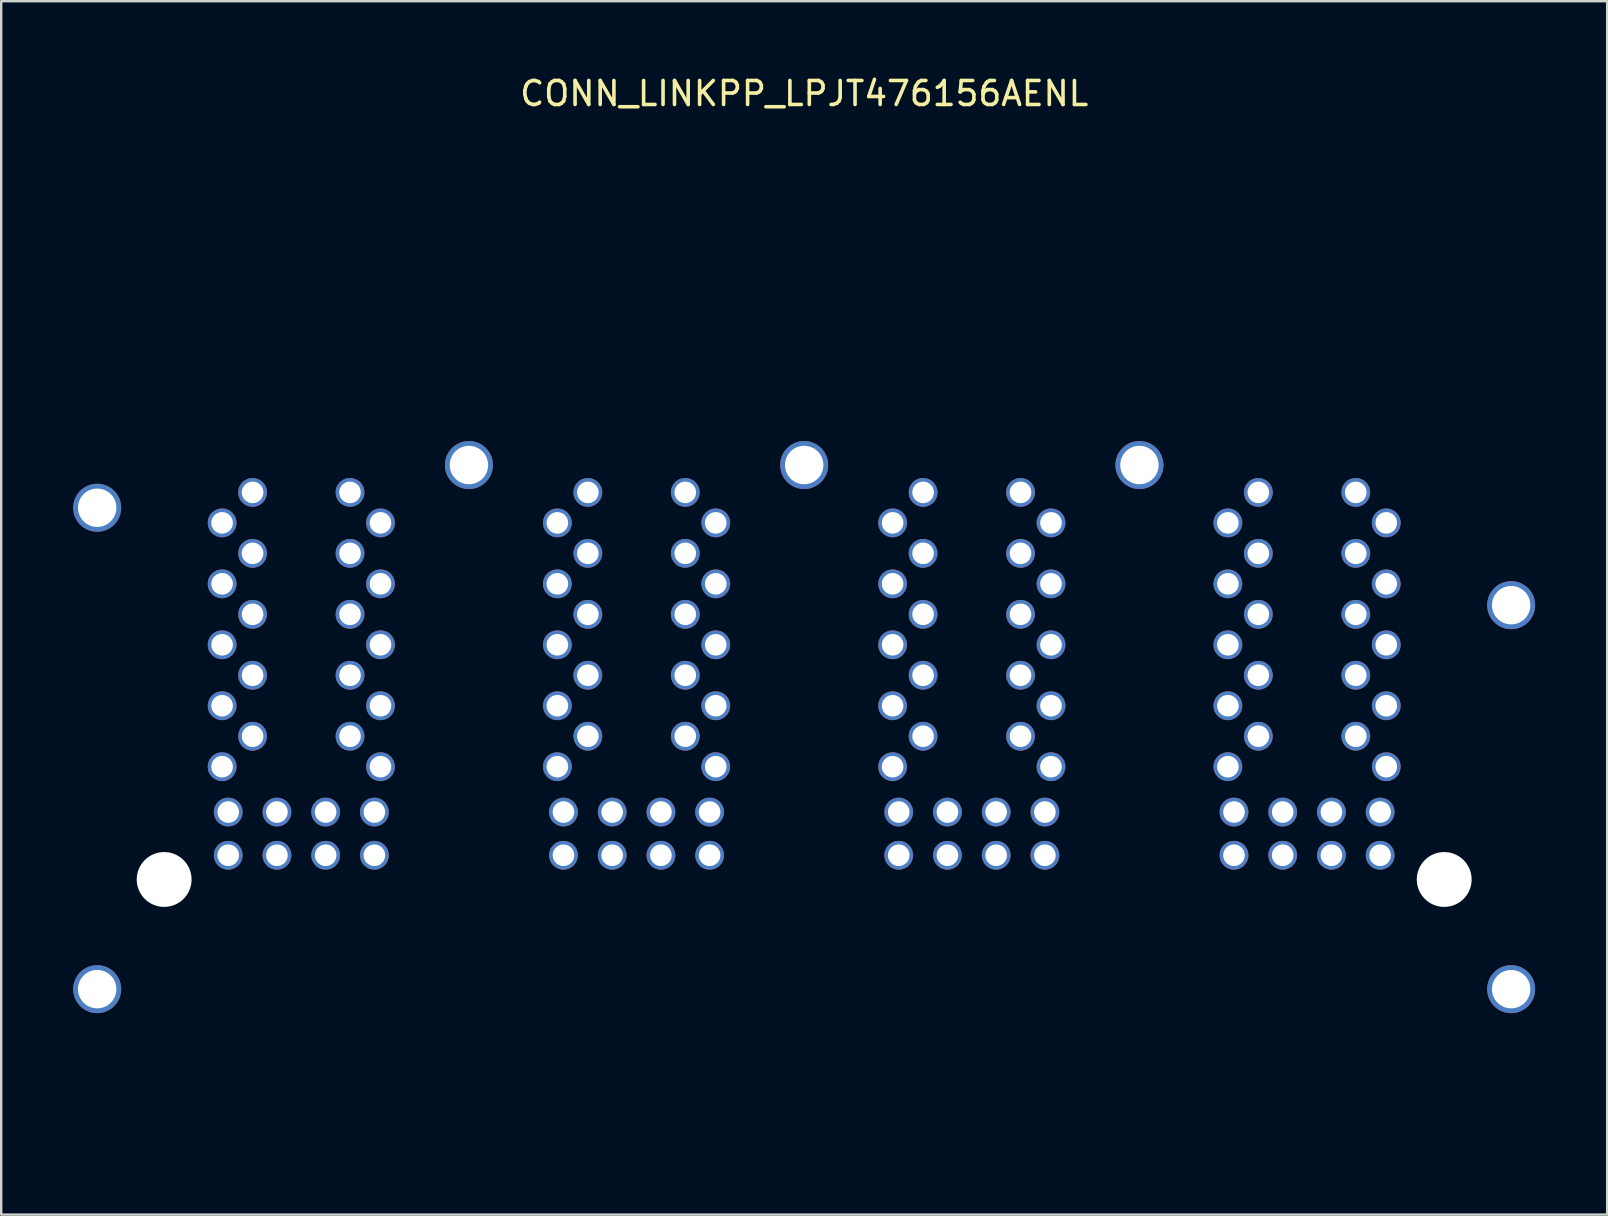
<source format=kicad_pcb>
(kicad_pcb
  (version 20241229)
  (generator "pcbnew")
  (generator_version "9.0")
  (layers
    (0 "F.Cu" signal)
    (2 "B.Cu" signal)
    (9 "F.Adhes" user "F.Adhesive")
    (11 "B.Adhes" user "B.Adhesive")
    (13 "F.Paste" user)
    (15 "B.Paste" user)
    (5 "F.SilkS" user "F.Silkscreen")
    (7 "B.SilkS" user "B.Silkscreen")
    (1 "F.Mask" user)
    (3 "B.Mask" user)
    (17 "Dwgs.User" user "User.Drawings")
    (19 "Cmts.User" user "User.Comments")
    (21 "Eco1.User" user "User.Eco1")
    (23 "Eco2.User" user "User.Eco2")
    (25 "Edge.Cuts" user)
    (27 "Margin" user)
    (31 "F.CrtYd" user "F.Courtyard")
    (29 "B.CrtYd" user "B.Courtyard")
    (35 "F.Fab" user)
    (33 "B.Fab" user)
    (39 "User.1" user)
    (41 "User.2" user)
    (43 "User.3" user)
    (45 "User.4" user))
  (footprint "CONN_LINKPP_LPJT476156AENL"
    (layer "F.Cu")
    (at 30.46 33.598)
    (property "Reference" "CONN_LINKPP_LPJT476156AENL" (at 0 -32.75 0) (unlocked yes) (layer "F.SilkS") (effects (font (size 1 1) (thickness 0.15))))
    (attr through_hole)
    (fp_line (start -30 10.89) (end 30 10.89) (stroke (width 0.15) (type default)) (layer "User.1"))
    (fp_text user "ACEG" (at 0 4.5 0) (unlocked yes) (layer "User.1") (effects (font (size 0.75 0.75) (thickness 0.1)) (justify bottom)))
    (fp_text user "PORT LAYOUT (front view)" (at 0 2 0) (unlocked yes) (layer "User.1") (effects (font (size 0.75 0.75) (thickness 0.1)) (justify bottom)))
    (fp_text user "Connector face" (at 0 10.25 0) (unlocked yes) (layer "User.1") (effects (font (size 1 1) (thickness 0.15)) (justify bottom)))
    (fp_text user "BDFH" (at 0 3.25 0) (unlocked yes) (layer "User.1") (effects (font (size 0.75 0.75) (thickness 0.1)) (justify bottom)))
    (pad "" np_thru_hole circle (at -26.67 0) (size 2.286 2.286) (drill 3.25) (layers "*.Cu" "*.Mask"))
    (pad "" np_thru_hole circle (at 26.67 0) (size 2.286 2.286) (drill 3.25) (layers "*.Cu" "*.Mask"))
    (pad "A1" thru_hole circle (at -24.255 -4.7) (size 1.2 1.2) (drill 0.9) (layers "*.Cu" "*.Mask"))
    (pad "A2" thru_hole circle (at -22.985 -5.97) (size 1.2 1.2) (drill 0.9) (layers "*.Cu" "*.Mask"))
    (pad "A3" thru_hole circle (at -24.255 -7.24) (size 1.2 1.2) (drill 0.9) (layers "*.Cu" "*.Mask"))
    (pad "A4" thru_hole circle (at -22.985 -8.51 90) (size 1.2 1.2) (drill 0.9) (layers "*.Cu" "*.Mask"))
    (pad "A5" thru_hole circle (at -24.255 -9.78) (size 1.2 1.2) (drill 0.9) (layers "*.Cu" "*.Mask"))
    (pad "A6" thru_hole circle (at -22.985 -11.05) (size 1.2 1.2) (drill 0.9) (layers "*.Cu" "*.Mask"))
    (pad "A7" thru_hole circle (at -24.255 -12.32) (size 1.2 1.2) (drill 0.9) (layers "*.Cu" "*.Mask"))
    (pad "A8" thru_hole circle (at -22.985 -13.59) (size 1.2 1.2) (drill 0.9) (layers "*.Cu" "*.Mask"))
    (pad "A9" thru_hole circle (at -24.255 -14.86) (size 1.2 1.2) (drill 0.9) (layers "*.Cu" "*.Mask"))
    (pad "A10" thru_hole circle (at -22.985 -16.13) (size 1.2 1.2) (drill 0.9) (layers "*.Cu" "*.Mask"))
    (pad "A11" thru_hole circle (at -17.91 -1.01) (size 1.2 1.2) (drill 0.9) (layers "*.Cu" "*.Mask"))
    (pad "A12" thru_hole circle (at -19.94 -1.01) (size 1.2 1.2) (drill 0.9) (layers "*.Cu" "*.Mask"))
    (pad "A13" thru_hole circle (at -21.97 -1.01) (size 1.2 1.2) (drill 0.9) (layers "*.Cu" "*.Mask"))
    (pad "A14" thru_hole circle (at -24 -1.01) (size 1.2 1.2) (drill 0.9) (layers "*.Cu" "*.Mask"))
    (pad "B1" thru_hole circle (at -17.655 -4.7) (size 1.2 1.2) (drill 0.9) (layers "*.Cu" "*.Mask"))
    (pad "B2" thru_hole circle (at -18.925 -5.97) (size 1.2 1.2) (drill 0.9) (layers "*.Cu" "*.Mask"))
    (pad "B3" thru_hole circle (at -17.655 -7.24) (size 1.2 1.2) (drill 0.9) (layers "*.Cu" "*.Mask"))
    (pad "B4" thru_hole circle (at -18.925 -8.51) (size 1.2 1.2) (drill 0.9) (layers "*.Cu" "*.Mask"))
    (pad "B5" thru_hole circle (at -17.655 -9.78) (size 1.2 1.2) (drill 0.9) (layers "*.Cu" "*.Mask"))
    (pad "B6" thru_hole circle (at -18.925 -11.05) (size 1.2 1.2) (drill 0.9) (layers "*.Cu" "*.Mask"))
    (pad "B7" thru_hole circle (at -17.655 -12.32) (size 1.2 1.2) (drill 0.9) (layers "*.Cu" "*.Mask"))
    (pad "B8" thru_hole circle (at -18.925 -13.59) (size 1.2 1.2) (drill 0.9) (layers "*.Cu" "*.Mask"))
    (pad "B9" thru_hole circle (at -17.655 -14.86) (size 1.2 1.2) (drill 0.9) (layers "*.Cu" "*.Mask"))
    (pad "B10" thru_hole circle (at -18.925 -16.13) (size 1.2 1.2) (drill 0.9) (layers "*.Cu" "*.Mask"))
    (pad "B11" thru_hole circle (at -17.91 -2.81) (size 1.2 1.2) (drill 0.9) (layers "*.Cu" "*.Mask"))
    (pad "B12" thru_hole circle (at -19.94 -2.81) (size 1.2 1.2) (drill 0.9) (layers "*.Cu" "*.Mask"))
    (pad "B13" thru_hole circle (at -21.97 -2.81) (size 1.2 1.2) (drill 0.9) (layers "*.Cu" "*.Mask"))
    (pad "B14" thru_hole circle (at -24 -2.81) (size 1.2 1.2) (drill 0.9) (layers "*.Cu" "*.Mask"))
    (pad "C1" thru_hole circle (at -10.285 -4.7) (size 1.2 1.2) (drill 0.9) (layers "*.Cu" "*.Mask"))
    (pad "C2" thru_hole circle (at -9.015 -5.97) (size 1.2 1.2) (drill 0.9) (layers "*.Cu" "*.Mask"))
    (pad "C3" thru_hole circle (at -10.285 -7.24) (size 1.2 1.2) (drill 0.9) (layers "*.Cu" "*.Mask"))
    (pad "C4" thru_hole circle (at -9.015 -8.51) (size 1.2 1.2) (drill 0.9) (layers "*.Cu" "*.Mask"))
    (pad "C5" thru_hole circle (at -10.285 -9.78) (size 1.2 1.2) (drill 0.9) (layers "*.Cu" "*.Mask"))
    (pad "C6" thru_hole circle (at -9.015 -11.05) (size 1.2 1.2) (drill 0.9) (layers "*.Cu" "*.Mask"))
    (pad "C7" thru_hole circle (at -10.285 -12.32) (size 1.2 1.2) (drill 0.9) (layers "*.Cu" "*.Mask"))
    (pad "C8" thru_hole circle (at -9.015 -13.59) (size 1.2 1.2) (drill 0.9) (layers "*.Cu" "*.Mask"))
    (pad "C9" thru_hole circle (at -10.285 -14.86) (size 1.2 1.2) (drill 0.9) (layers "*.Cu" "*.Mask"))
    (pad "C10" thru_hole circle (at -9.015 -16.13) (size 1.2 1.2) (drill 0.9) (layers "*.Cu" "*.Mask"))
    (pad "C11" thru_hole circle (at -3.94 -1.01) (size 1.2 1.2) (drill 0.9) (layers "*.Cu" "*.Mask"))
    (pad "C12" thru_hole circle (at -5.97 -1.01) (size 1.2 1.2) (drill 0.9) (layers "*.Cu" "*.Mask"))
    (pad "C13" thru_hole circle (at -8 -1.01) (size 1.2 1.2) (drill 0.9) (layers "*.Cu" "*.Mask"))
    (pad "C14" thru_hole circle (at -10.03 -1.01) (size 1.2 1.2) (drill 0.9) (layers "*.Cu" "*.Mask"))
    (pad "D1" thru_hole circle (at -3.685 -4.7) (size 1.2 1.2) (drill 0.9) (layers "*.Cu" "*.Mask"))
    (pad "D2" thru_hole circle (at -4.955 -5.97) (size 1.2 1.2) (drill 0.9) (layers "*.Cu" "*.Mask"))
    (pad "D3" thru_hole circle (at -3.685 -7.24) (size 1.2 1.2) (drill 0.9) (layers "*.Cu" "*.Mask"))
    (pad "D4" thru_hole circle (at -4.955 -8.51) (size 1.2 1.2) (drill 0.9) (layers "*.Cu" "*.Mask"))
    (pad "D5" thru_hole circle (at -3.685 -9.78) (size 1.2 1.2) (drill 0.9) (layers "*.Cu" "*.Mask"))
    (pad "D6" thru_hole circle (at -4.955 -11.05) (size 1.2 1.2) (drill 0.9) (layers "*.Cu" "*.Mask"))
    (pad "D7" thru_hole circle (at -3.685 -12.32) (size 1.2 1.2) (drill 0.9) (layers "*.Cu" "*.Mask"))
    (pad "D8" thru_hole circle (at -4.955 -13.59) (size 1.2 1.2) (drill 0.9) (layers "*.Cu" "*.Mask"))
    (pad "D9" thru_hole circle (at -3.685 -14.86) (size 1.2 1.2) (drill 0.9) (layers "*.Cu" "*.Mask"))
    (pad "D10" thru_hole circle (at -4.955 -16.13) (size 1.2 1.2) (drill 0.9) (layers "*.Cu" "*.Mask"))
    (pad "D11" thru_hole circle (at -3.94 -2.81) (size 1.2 1.2) (drill 0.9) (layers "*.Cu" "*.Mask"))
    (pad "D12" thru_hole circle (at -5.97 -2.81) (size 1.2 1.2) (drill 0.9) (layers "*.Cu" "*.Mask"))
    (pad "D13" thru_hole circle (at -8 -2.81) (size 1.2 1.2) (drill 0.9) (layers "*.Cu" "*.Mask"))
    (pad "D14" thru_hole circle (at -10.03 -2.81) (size 1.2 1.2) (drill 0.9) (layers "*.Cu" "*.Mask"))
    (pad "E1" thru_hole circle (at 3.685 -4.7) (size 1.2 1.2) (drill 0.9) (layers "*.Cu" "*.Mask"))
    (pad "E2" thru_hole circle (at 4.955 -5.97) (size 1.2 1.2) (drill 0.9) (layers "*.Cu" "*.Mask"))
    (pad "E3" thru_hole circle (at 3.685 -7.24) (size 1.2 1.2) (drill 0.9) (layers "*.Cu" "*.Mask"))
    (pad "E4" thru_hole circle (at 4.955 -8.51) (size 1.2 1.2) (drill 0.9) (layers "*.Cu" "*.Mask"))
    (pad "E5" thru_hole circle (at 3.685 -9.78) (size 1.2 1.2) (drill 0.9) (layers "*.Cu" "*.Mask"))
    (pad "E6" thru_hole circle (at 4.955 -11.05) (size 1.2 1.2) (drill 0.9) (layers "*.Cu" "*.Mask"))
    (pad "E7" thru_hole circle (at 3.685 -12.32) (size 1.2 1.2) (drill 0.9) (layers "*.Cu" "*.Mask"))
    (pad "E8" thru_hole circle (at 4.955 -13.59) (size 1.2 1.2) (drill 0.9) (layers "*.Cu" "*.Mask"))
    (pad "E9" thru_hole circle (at 3.685 -14.86) (size 1.2 1.2) (drill 0.9) (layers "*.Cu" "*.Mask"))
    (pad "E10" thru_hole circle (at 4.955 -16.13) (size 1.2 1.2) (drill 0.9) (layers "*.Cu" "*.Mask"))
    (pad "E11" thru_hole circle (at 10.03 -1.01) (size 1.2 1.2) (drill 0.9) (layers "*.Cu" "*.Mask"))
    (pad "E12" thru_hole circle (at 8 -1.01) (size 1.2 1.2) (drill 0.9) (layers "*.Cu" "*.Mask"))
    (pad "E13" thru_hole circle (at 5.97 -1.01) (size 1.2 1.2) (drill 0.9) (layers "*.Cu" "*.Mask"))
    (pad "E14" thru_hole circle (at 3.94 -1.01) (size 1.2 1.2) (drill 0.9) (layers "*.Cu" "*.Mask"))
    (pad "F1" thru_hole circle (at 10.285 -4.7) (size 1.2 1.2) (drill 0.9) (layers "*.Cu" "*.Mask"))
    (pad "F2" thru_hole circle (at 9.015 -5.97) (size 1.2 1.2) (drill 0.9) (layers "*.Cu" "*.Mask"))
    (pad "F3" thru_hole circle (at 10.285 -7.24) (size 1.2 1.2) (drill 0.9) (layers "*.Cu" "*.Mask"))
    (pad "F4" thru_hole circle (at 9.015 -8.51) (size 1.2 1.2) (drill 0.9) (layers "*.Cu" "*.Mask"))
    (pad "F5" thru_hole circle (at 10.285 -9.78) (size 1.2 1.2) (drill 0.9) (layers "*.Cu" "*.Mask"))
    (pad "F6" thru_hole circle (at 9.015 -11.05) (size 1.2 1.2) (drill 0.9) (layers "*.Cu" "*.Mask"))
    (pad "F7" thru_hole circle (at 10.285 -12.32) (size 1.2 1.2) (drill 0.9) (layers "*.Cu" "*.Mask"))
    (pad "F8" thru_hole circle (at 9.015 -13.59) (size 1.2 1.2) (drill 0.9) (layers "*.Cu" "*.Mask"))
    (pad "F9" thru_hole circle (at 10.285 -14.86) (size 1.2 1.2) (drill 0.9) (layers "*.Cu" "*.Mask"))
    (pad "F10" thru_hole circle (at 9.015 -16.13) (size 1.2 1.2) (drill 0.9) (layers "*.Cu" "*.Mask"))
    (pad "F11" thru_hole circle (at 10.03 -2.81) (size 1.2 1.2) (drill 0.9) (layers "*.Cu" "*.Mask"))
    (pad "F12" thru_hole circle (at 8 -2.81) (size 1.2 1.2) (drill 0.9) (layers "*.Cu" "*.Mask"))
    (pad "F13" thru_hole circle (at 5.97 -2.81) (size 1.2 1.2) (drill 0.9) (layers "*.Cu" "*.Mask"))
    (pad "F14" thru_hole circle (at 3.94 -2.81) (size 1.2 1.2) (drill 0.9) (layers "*.Cu" "*.Mask"))
    (pad "G1" thru_hole circle (at 17.655 -4.7) (size 1.2 1.2) (drill 0.9) (layers "*.Cu" "*.Mask"))
    (pad "G2" thru_hole circle (at 18.925 -5.97) (size 1.2 1.2) (drill 0.9) (layers "*.Cu" "*.Mask"))
    (pad "G3" thru_hole circle (at 17.655 -7.24) (size 1.2 1.2) (drill 0.9) (layers "*.Cu" "*.Mask"))
    (pad "G4" thru_hole circle (at 18.925 -8.51) (size 1.2 1.2) (drill 0.9) (layers "*.Cu" "*.Mask"))
    (pad "G5" thru_hole circle (at 17.655 -9.78) (size 1.2 1.2) (drill 0.9) (layers "*.Cu" "*.Mask"))
    (pad "G6" thru_hole circle (at 18.925 -11.05) (size 1.2 1.2) (drill 0.9) (layers "*.Cu" "*.Mask"))
    (pad "G7" thru_hole circle (at 17.655 -12.32) (size 1.2 1.2) (drill 0.9) (layers "*.Cu" "*.Mask"))
    (pad "G8" thru_hole circle (at 18.925 -13.59) (size 1.2 1.2) (drill 0.9) (layers "*.Cu" "*.Mask"))
    (pad "G9" thru_hole circle (at 17.655 -14.86) (size 1.2 1.2) (drill 0.9) (layers "*.Cu" "*.Mask"))
    (pad "G10" thru_hole circle (at 18.925 -16.13) (size 1.2 1.2) (drill 0.9) (layers "*.Cu" "*.Mask"))
    (pad "G11" thru_hole circle (at 24 -1.01) (size 1.2 1.2) (drill 0.9) (layers "*.Cu" "*.Mask"))
    (pad "G12" thru_hole circle (at 21.97 -1.01) (size 1.2 1.2) (drill 0.9) (layers "*.Cu" "*.Mask"))
    (pad "G13" thru_hole circle (at 19.94 -1.01) (size 1.2 1.2) (drill 0.9) (layers "*.Cu" "*.Mask"))
    (pad "G14" thru_hole circle (at 17.91 -1.01) (size 1.2 1.2) (drill 0.9) (layers "*.Cu" "*.Mask"))
    (pad "H1" thru_hole circle (at 24.255 -4.7) (size 1.2 1.2) (drill 0.9) (layers "*.Cu" "*.Mask"))
    (pad "H2" thru_hole circle (at 22.985 -5.97) (size 1.2 1.2) (drill 0.9) (layers "*.Cu" "*.Mask"))
    (pad "H3" thru_hole circle (at 24.255 -7.24) (size 1.2 1.2) (drill 0.9) (layers "*.Cu" "*.Mask"))
    (pad "H4" thru_hole circle (at 22.985 -8.51) (size 1.2 1.2) (drill 0.9) (layers "*.Cu" "*.Mask"))
    (pad "H5" thru_hole circle (at 24.255 -9.78) (size 1.2 1.2) (drill 0.9) (layers "*.Cu" "*.Mask"))
    (pad "H6" thru_hole circle (at 22.985 -11.05) (size 1.2 1.2) (drill 0.9) (layers "*.Cu" "*.Mask"))
    (pad "H7" thru_hole circle (at 24.255 -12.32) (size 1.2 1.2) (drill 0.9) (layers "*.Cu" "*.Mask"))
    (pad "H8" thru_hole circle (at 22.985 -13.59) (size 1.2 1.2) (drill 0.9) (layers "*.Cu" "*.Mask"))
    (pad "H9" thru_hole circle (at 24.255 -14.86) (size 1.2 1.2) (drill 0.9) (layers "*.Cu" "*.Mask"))
    (pad "H10" thru_hole circle (at 22.985 -16.13) (size 1.2 1.2) (drill 0.9) (layers "*.Cu" "*.Mask"))
    (pad "H11" thru_hole circle (at 24 -2.81) (size 1.2 1.2) (drill 0.9) (layers "*.Cu" "*.Mask"))
    (pad "H12" thru_hole circle (at 21.97 -2.81) (size 1.2 1.2) (drill 0.9) (layers "*.Cu" "*.Mask"))
    (pad "H13" thru_hole circle (at 19.94 -2.81) (size 1.2 1.2) (drill 0.9) (layers "*.Cu" "*.Mask"))
    (pad "H14" thru_hole circle (at 17.91 -2.81) (size 1.2 1.2) (drill 0.9) (layers "*.Cu" "*.Mask"))
    (pad "SHLD" thru_hole circle (at -29.46 -15.49) (size 2 2) (drill 1.6) (layers "*.Cu" "*.Mask"))
    (pad "SHLD" thru_hole circle (at -29.46 4.57) (size 2 2) (drill 1.6) (layers "*.Cu" "*.Mask"))
    (pad "SHLD" thru_hole circle (at -13.97 -17.27) (size 2 2) (drill 1.6) (layers "*.Cu" "*.Mask"))
    (pad "SHLD" thru_hole circle (at 0 -17.27) (size 2 2) (drill 1.6) (layers "*.Cu" "*.Mask"))
    (pad "SHLD" thru_hole circle (at 13.97 -17.27) (size 2 2) (drill 1.6) (layers "*.Cu" "*.Mask"))
    (pad "SHLD" thru_hole circle (at 29.46 -11.43) (size 2 2) (drill 1.6) (layers "*.Cu" "*.Mask"))
    (pad "SHLD" thru_hole circle (at 29.46 4.57) (size 2 2) (drill 1.6) (layers "*.Cu" "*.Mask")))
  (gr_rect
    (start -3 -3)
    (end 63.92 47.563)
    (stroke (width 0.1) (type default))
    (fill no)
    (layer "Edge.Cuts")))
</source>
